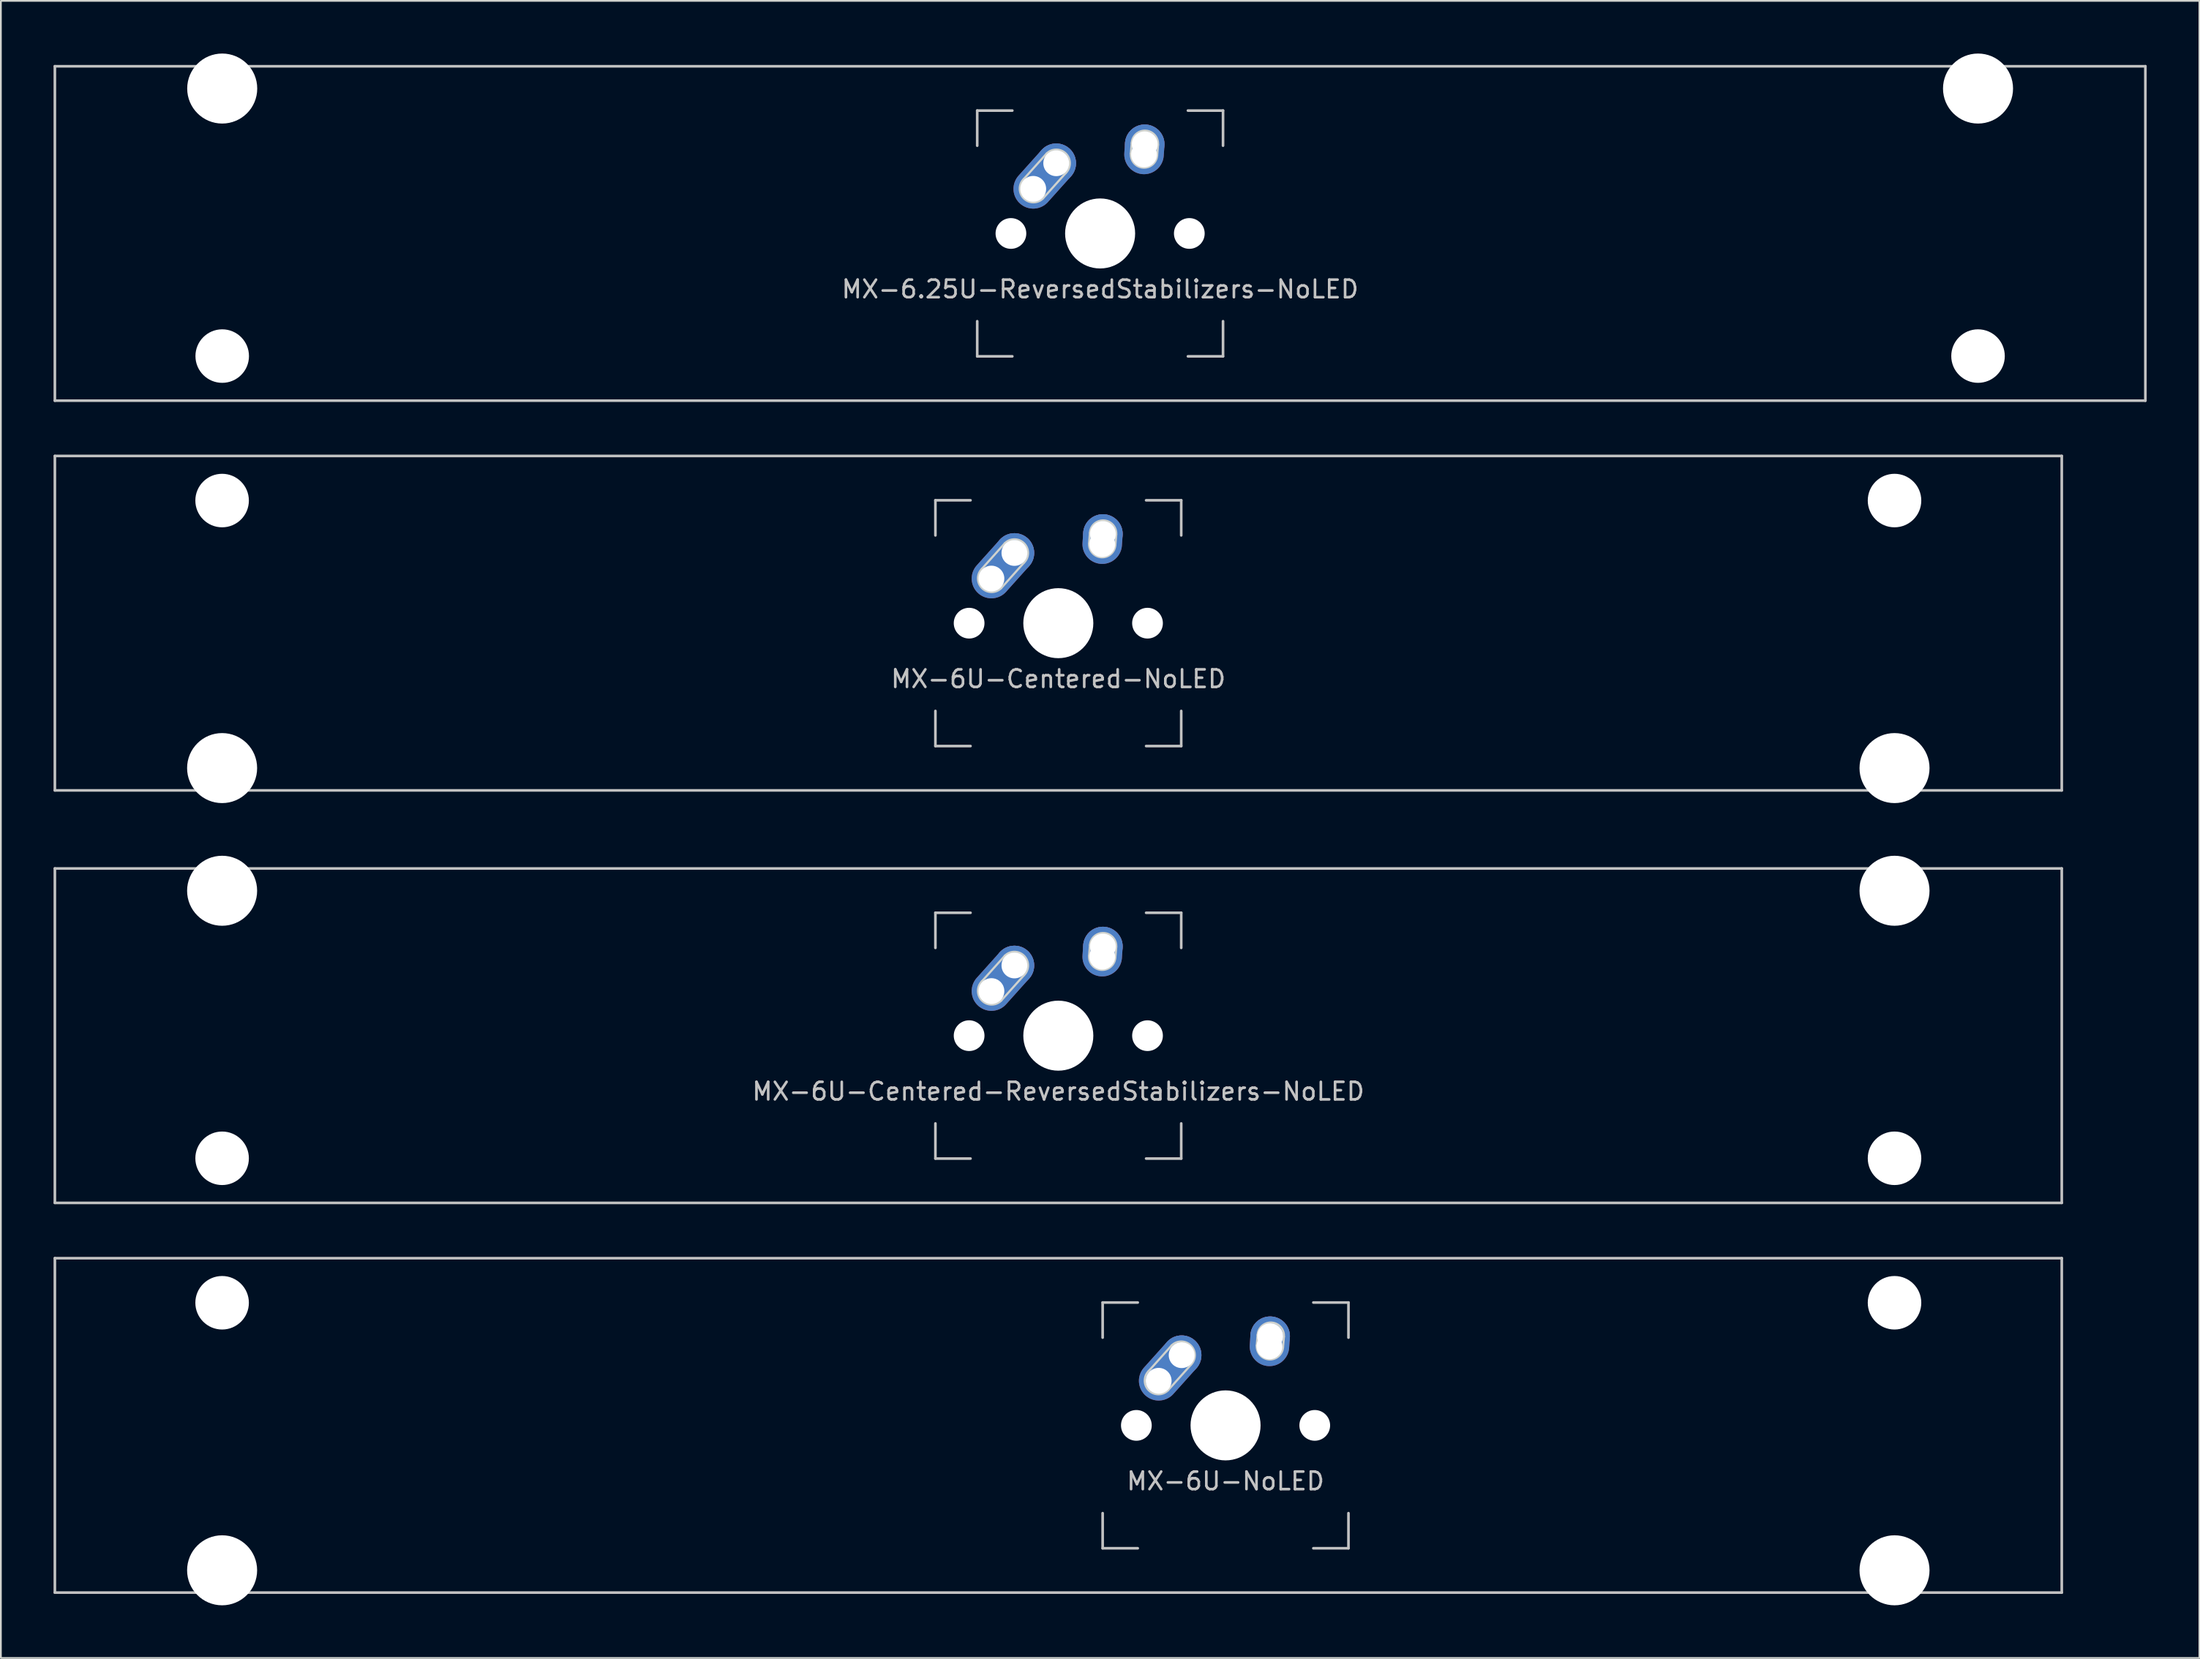
<source format=kicad_pcb>
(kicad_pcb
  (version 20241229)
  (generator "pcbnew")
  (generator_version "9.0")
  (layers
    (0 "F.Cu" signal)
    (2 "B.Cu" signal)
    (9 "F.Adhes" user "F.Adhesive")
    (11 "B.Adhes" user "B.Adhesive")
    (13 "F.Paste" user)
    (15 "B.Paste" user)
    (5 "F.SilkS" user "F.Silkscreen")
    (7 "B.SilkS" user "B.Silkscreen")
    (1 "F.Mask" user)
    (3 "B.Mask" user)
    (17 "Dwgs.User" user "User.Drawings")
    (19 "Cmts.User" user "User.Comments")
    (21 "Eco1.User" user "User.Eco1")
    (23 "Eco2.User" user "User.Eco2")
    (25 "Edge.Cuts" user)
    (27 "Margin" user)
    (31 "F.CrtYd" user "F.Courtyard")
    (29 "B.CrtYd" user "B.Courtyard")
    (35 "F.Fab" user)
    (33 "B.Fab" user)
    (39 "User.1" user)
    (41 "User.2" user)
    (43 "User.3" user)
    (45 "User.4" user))
  (footprint "MX-6U-Centered-ReversedStabilizers-NoLED"
    (layer "F.Cu")
    (at 57.225 55.947)
    (property "Reference" "MX-6U-Centered-ReversedStabilizers-NoLED" (at 0 3.175 0) (layer "Dwgs.User") (effects (font (size 1 1) (thickness 0.15))))
    (fp_line (start -57.15 -9.525) (end 57.15 -9.525) (stroke (width 0.15) (type solid)) (layer "Dwgs.User"))
    (fp_line (start -57.15 9.525) (end -57.15 -9.525) (stroke (width 0.15) (type solid)) (layer "Dwgs.User"))
    (fp_line (start -57.15 9.525) (end 57.15 9.525) (stroke (width 0.15) (type solid)) (layer "Dwgs.User"))
    (fp_line (start -7 -7) (end -7 -5) (stroke (width 0.15) (type solid)) (layer "Dwgs.User"))
    (fp_line (start -7 5) (end -7 7) (stroke (width 0.15) (type solid)) (layer "Dwgs.User"))
    (fp_line (start -7 7) (end -5 7) (stroke (width 0.15) (type solid)) (layer "Dwgs.User"))
    (fp_line (start -5 -7) (end -7 -7) (stroke (width 0.15) (type solid)) (layer "Dwgs.User"))
    (fp_line (start 5 -7) (end 7 -7) (stroke (width 0.15) (type solid)) (layer "Dwgs.User"))
    (fp_line (start 5 7) (end 7 7) (stroke (width 0.15) (type solid)) (layer "Dwgs.User"))
    (fp_line (start 7 -7) (end 7 -5) (stroke (width 0.15) (type solid)) (layer "Dwgs.User"))
    (fp_line (start 7 7) (end 7 5) (stroke (width 0.15) (type solid)) (layer "Dwgs.User"))
    (fp_line (start 57.15 -9.525) (end 57.15 9.525) (stroke (width 0.15) (type solid)) (layer "Dwgs.User"))
    (fp_line (start -4.35 -3.1) (end -3.05 -4.55) (stroke (width 0.12) (type solid)) (layer "Edge.Cuts"))
    (fp_line (start -1.95 -3.45) (end -3.25 -2) (stroke (width 0.12) (type solid)) (layer "Edge.Cuts"))
    (fp_line (start 1.801 -5.158) (end 1.75 -4.554) (stroke (width 0.12) (type solid)) (layer "Edge.Cuts"))
    (fp_line (start 3.3 -5.05) (end 3.25 -4.45) (stroke (width 0.12) (type solid)) (layer "Edge.Cuts"))
    (fp_arc (start -3.25 -2) (mid -4.35 -2) (end -4.35 -3.1) (stroke (width 0.12) (type solid)) (layer "Edge.Cuts"))
    (fp_arc (start -3.05 -4.55) (mid -1.95 -4.55) (end -1.95 -3.45) (stroke (width 0.12) (type solid)) (layer "Edge.Cuts"))
    (fp_arc (start 1.80055 -5.15765) (mid 2.603826 -5.849734) (end 3.299999 -5.05) (stroke (width 0.12) (type solid)) (layer "Edge.Cuts"))
    (fp_arc (start 3.249999 -4.45) (mid 2.448223 -3.750122) (end 1.750246 -4.553554) (stroke (width 0.12) (type solid)) (layer "Edge.Cuts"))
    (pad "" np_thru_hole circle (at -47.625 -8.255) (size 3.988 3.988) (drill 3.988) (layers "*.Cu" "*.Mask"))
    (pad "" np_thru_hole circle (at -47.625 6.985) (size 3.048 3.048) (drill 3.048) (layers "*.Cu" "*.Mask"))
    (pad "" np_thru_hole circle (at -5.08 0 48.1) (size 1.75 1.75) (drill 1.75) (layers "*.Cu" "*.Mask"))
    (pad "" np_thru_hole circle (at 0 0) (size 3.988 3.988) (drill 3.988) (layers "*.Cu" "*.Mask"))
    (pad "" np_thru_hole circle (at 5.08 0 48.1) (size 1.75 1.75) (drill 1.75) (layers "*.Cu" "*.Mask"))
    (pad "" np_thru_hole circle (at 47.625 -8.255) (size 3.988 3.988) (drill 3.988) (layers "*.Cu" "*.Mask"))
    (pad "" np_thru_hole circle (at 47.625 6.985) (size 3.048 3.048) (drill 3.048) (layers "*.Cu" "*.Mask"))
    (pad "1" thru_hole oval (at -3.81 -2.54 48.1) (size 4.212 2.25) (drill 1.47 (offset 0.981 0)) (layers "*.Cu" "B.Mask"))
    (pad "1" thru_hole circle (at -2.5 -4) (size 2.25 2.25) (drill 1.47) (layers "*.Cu" "B.Mask"))
    (pad "2" thru_hole oval (at 2.5 -4.5 86.055) (size 2.831 2.25) (drill 1.47 (offset 0.291 0)) (layers "*.Cu" "B.Mask"))
    (pad "2" thru_hole circle (at 2.54 -5.08) (size 2.25 2.25) (drill 1.47) (layers "*.Cu" "B.Mask")))
  (footprint "MX-6U-NoLED"
    (layer "F.Cu")
    (at 57.225 78.147)
    (property "Reference" "MX-6U-NoLED" (at 9.525 3.175 0) (layer "Dwgs.User") (effects (font (size 1 1) (thickness 0.15))))
    (fp_line (start -57.15 -9.525) (end 57.15 -9.525) (stroke (width 0.15) (type solid)) (layer "Dwgs.User"))
    (fp_line (start -57.15 9.525) (end -57.15 -9.525) (stroke (width 0.15) (type solid)) (layer "Dwgs.User"))
    (fp_line (start -57.15 9.525) (end 57.15 9.525) (stroke (width 0.15) (type solid)) (layer "Dwgs.User"))
    (fp_line (start 2.525 -7) (end 2.525 -5) (stroke (width 0.15) (type solid)) (layer "Dwgs.User"))
    (fp_line (start 2.525 5) (end 2.525 7) (stroke (width 0.15) (type solid)) (layer "Dwgs.User"))
    (fp_line (start 2.525 7) (end 4.525 7) (stroke (width 0.15) (type solid)) (layer "Dwgs.User"))
    (fp_line (start 4.525 -7) (end 2.525 -7) (stroke (width 0.15) (type solid)) (layer "Dwgs.User"))
    (fp_line (start 14.525 -7) (end 16.525 -7) (stroke (width 0.15) (type solid)) (layer "Dwgs.User"))
    (fp_line (start 14.525 7) (end 16.525 7) (stroke (width 0.15) (type solid)) (layer "Dwgs.User"))
    (fp_line (start 16.525 -7) (end 16.525 -5) (stroke (width 0.15) (type solid)) (layer "Dwgs.User"))
    (fp_line (start 16.525 7) (end 16.525 5) (stroke (width 0.15) (type solid)) (layer "Dwgs.User"))
    (fp_line (start 57.15 -9.525) (end 57.15 9.525) (stroke (width 0.15) (type solid)) (layer "Dwgs.User"))
    (fp_line (start 5.15 -3.1) (end 6.45 -4.55) (stroke (width 0.12) (type solid)) (layer "Edge.Cuts"))
    (fp_line (start 7.55 -3.45) (end 6.25 -2) (stroke (width 0.12) (type solid)) (layer "Edge.Cuts"))
    (fp_line (start 11.35 -5.15) (end 11.3 -4.55) (stroke (width 0.12) (type solid)) (layer "Edge.Cuts"))
    (fp_line (start 12.85 -5.05) (end 12.8 -4.45) (stroke (width 0.12) (type solid)) (layer "Edge.Cuts"))
    (fp_arc (start 6.25 -2) (mid 5.15 -2) (end 5.15 -3.1) (stroke (width 0.12) (type solid)) (layer "Edge.Cuts"))
    (fp_arc (start 6.45 -4.55) (mid 7.55 -4.55) (end 7.55 -3.45) (stroke (width 0.12) (type solid)) (layer "Edge.Cuts"))
    (fp_arc (start 11.350001 -5.15) (mid 12.15 -5.849999) (end 12.849999 -5.05) (stroke (width 0.12) (type solid)) (layer "Edge.Cuts"))
    (fp_arc (start 12.799999 -4.45) (mid 12 -3.750001) (end 11.300001 -4.55) (stroke (width 0.12) (type solid)) (layer "Edge.Cuts"))
    (pad "" np_thru_hole circle (at -47.625 -6.985) (size 3.048 3.048) (drill 3.048) (layers "*.Cu" "*.Mask"))
    (pad "" np_thru_hole circle (at -47.625 8.255) (size 3.988 3.988) (drill 3.988) (layers "*.Cu" "*.Mask"))
    (pad "" np_thru_hole circle (at 4.445 0 48.1) (size 1.75 1.75) (drill 1.75) (layers "*.Cu" "*.Mask"))
    (pad "" np_thru_hole circle (at 9.525 0) (size 3.988 3.988) (drill 3.988) (layers "*.Cu" "*.Mask"))
    (pad "" np_thru_hole circle (at 14.605 0 48.1) (size 1.75 1.75) (drill 1.75) (layers "*.Cu" "*.Mask"))
    (pad "" np_thru_hole circle (at 47.625 -6.985) (size 3.048 3.048) (drill 3.048) (layers "*.Cu" "*.Mask"))
    (pad "" np_thru_hole circle (at 47.625 8.255) (size 3.988 3.988) (drill 3.988) (layers "*.Cu" "*.Mask"))
    (pad "1" thru_hole oval (at 5.715 -2.54 48.1) (size 4.212 2.25) (drill 1.47 (offset 0.981 0)) (layers "*.Cu" "B.Mask"))
    (pad "1" thru_hole circle (at 7.025 -4) (size 2.25 2.25) (drill 1.47) (layers "*.Cu" "B.Mask"))
    (pad "2" thru_hole oval (at 12.025 -4.5 86.055) (size 2.831 2.25) (drill 1.47 (offset 0.291 0)) (layers "*.Cu" "B.Mask"))
    (pad "2" thru_hole circle (at 12.065 -5.08) (size 2.25 2.25) (drill 1.47) (layers "*.Cu" "B.Mask")))
  (footprint "MX-6U-Centered-NoLED"
    (layer "F.Cu")
    (at 57.225 32.449)
    (property "Reference" "MX-6U-Centered-NoLED" (at 0 3.175 0) (layer "Dwgs.User") (effects (font (size 1 1) (thickness 0.15))))
    (fp_line (start -57.15 -9.525) (end 57.15 -9.525) (stroke (width 0.15) (type solid)) (layer "Dwgs.User"))
    (fp_line (start -57.15 9.525) (end -57.15 -9.525) (stroke (width 0.15) (type solid)) (layer "Dwgs.User"))
    (fp_line (start -57.15 9.525) (end 57.15 9.525) (stroke (width 0.15) (type solid)) (layer "Dwgs.User"))
    (fp_line (start -7 -7) (end -7 -5) (stroke (width 0.15) (type solid)) (layer "Dwgs.User"))
    (fp_line (start -7 5) (end -7 7) (stroke (width 0.15) (type solid)) (layer "Dwgs.User"))
    (fp_line (start -7 7) (end -5 7) (stroke (width 0.15) (type solid)) (layer "Dwgs.User"))
    (fp_line (start -5 -7) (end -7 -7) (stroke (width 0.15) (type solid)) (layer "Dwgs.User"))
    (fp_line (start 5 -7) (end 7 -7) (stroke (width 0.15) (type solid)) (layer "Dwgs.User"))
    (fp_line (start 5 7) (end 7 7) (stroke (width 0.15) (type solid)) (layer "Dwgs.User"))
    (fp_line (start 7 -7) (end 7 -5) (stroke (width 0.15) (type solid)) (layer "Dwgs.User"))
    (fp_line (start 7 7) (end 7 5) (stroke (width 0.15) (type solid)) (layer "Dwgs.User"))
    (fp_line (start 57.15 -9.525) (end 57.15 9.525) (stroke (width 0.15) (type solid)) (layer "Dwgs.User"))
    (fp_line (start -4.35 -3.1) (end -3.05 -4.55) (stroke (width 0.12) (type solid)) (layer "Edge.Cuts"))
    (fp_line (start -1.95 -3.45) (end -3.25 -2) (stroke (width 0.12) (type solid)) (layer "Edge.Cuts"))
    (fp_line (start 1.8 -5.144) (end 1.75 -4.544) (stroke (width 0.12) (type solid)) (layer "Edge.Cuts"))
    (fp_line (start 3.3 -5.05) (end 3.25 -4.45) (stroke (width 0.12) (type solid)) (layer "Edge.Cuts"))
    (fp_arc (start -3.25 -2) (mid -4.35 -2) (end -4.35 -3.1) (stroke (width 0.12) (type solid)) (layer "Edge.Cuts"))
    (fp_arc (start -3.05 -4.55) (mid -1.95 -4.55) (end -1.95 -3.45) (stroke (width 0.12) (type solid)) (layer "Edge.Cuts"))
    (fp_arc (start 1.799633 -5.144139) (mid 2.59707 -5.850189) (end 3.299999 -5.05) (stroke (width 0.12) (type solid)) (layer "Edge.Cuts"))
    (fp_arc (start 3.249999 -4.45) (mid 2.45293 -3.749811) (end 1.749633 -4.544139) (stroke (width 0.12) (type solid)) (layer "Edge.Cuts"))
    (pad "" np_thru_hole circle (at -47.625 -6.985) (size 3.048 3.048) (drill 3.048) (layers "*.Cu" "*.Mask"))
    (pad "" np_thru_hole circle (at -47.625 8.255) (size 3.988 3.988) (drill 3.988) (layers "*.Cu" "*.Mask"))
    (pad "" np_thru_hole circle (at -5.08 0 48.1) (size 1.75 1.75) (drill 1.75) (layers "*.Cu" "*.Mask"))
    (pad "" np_thru_hole circle (at 0 0) (size 3.988 3.988) (drill 3.988) (layers "*.Cu" "*.Mask"))
    (pad "" np_thru_hole circle (at 5.08 0 48.1) (size 1.75 1.75) (drill 1.75) (layers "*.Cu" "*.Mask"))
    (pad "" np_thru_hole circle (at 47.625 -6.985) (size 3.048 3.048) (drill 3.048) (layers "*.Cu" "*.Mask"))
    (pad "" np_thru_hole circle (at 47.625 8.255) (size 3.988 3.988) (drill 3.988) (layers "*.Cu" "*.Mask"))
    (pad "1" thru_hole oval (at -3.81 -2.54 48.1) (size 4.212 2.25) (drill 1.47 (offset 0.981 0)) (layers "*.Cu" "B.Mask"))
    (pad "1" thru_hole circle (at -2.5 -4) (size 2.25 2.25) (drill 1.47) (layers "*.Cu" "B.Mask"))
    (pad "2" thru_hole oval (at 2.5 -4.5 86.055) (size 2.831 2.25) (drill 1.47 (offset 0.291 0)) (layers "*.Cu" "B.Mask"))
    (pad "2" thru_hole circle (at 2.54 -5.08) (size 2.25 2.25) (drill 1.47) (layers "*.Cu" "B.Mask")))
  (footprint "MX-6.25U-ReversedStabilizers-NoLED"
    (layer "F.Cu")
    (at 59.606 10.249)
    (property "Reference" "MX-6.25U-ReversedStabilizers-NoLED" (at 0 3.175 0) (layer "Dwgs.User") (effects (font (size 1 1) (thickness 0.15))))
    (fp_line (start -59.531 -9.525) (end 59.531 -9.525) (stroke (width 0.15) (type solid)) (layer "Dwgs.User"))
    (fp_line (start -59.531 9.525) (end -59.531 -9.525) (stroke (width 0.15) (type solid)) (layer "Dwgs.User"))
    (fp_line (start -59.531 9.525) (end 59.531 9.525) (stroke (width 0.15) (type solid)) (layer "Dwgs.User"))
    (fp_line (start -7 -7) (end -7 -5) (stroke (width 0.15) (type solid)) (layer "Dwgs.User"))
    (fp_line (start -7 5) (end -7 7) (stroke (width 0.15) (type solid)) (layer "Dwgs.User"))
    (fp_line (start -7 7) (end -5 7) (stroke (width 0.15) (type solid)) (layer "Dwgs.User"))
    (fp_line (start -5 -7) (end -7 -7) (stroke (width 0.15) (type solid)) (layer "Dwgs.User"))
    (fp_line (start 5 -7) (end 7 -7) (stroke (width 0.15) (type solid)) (layer "Dwgs.User"))
    (fp_line (start 5 7) (end 7 7) (stroke (width 0.15) (type solid)) (layer "Dwgs.User"))
    (fp_line (start 7 -7) (end 7 -5) (stroke (width 0.15) (type solid)) (layer "Dwgs.User"))
    (fp_line (start 7 7) (end 7 5) (stroke (width 0.15) (type solid)) (layer "Dwgs.User"))
    (fp_line (start 59.531 -9.525) (end 59.531 9.525) (stroke (width 0.15) (type solid)) (layer "Dwgs.User"))
    (fp_line (start -4.35 -3.1) (end -3.05 -4.55) (stroke (width 0.12) (type solid)) (layer "Edge.Cuts"))
    (fp_line (start -1.95 -3.45) (end -3.25 -2) (stroke (width 0.12) (type solid)) (layer "Edge.Cuts"))
    (fp_line (start 1.8 -5.15) (end 1.75 -4.554) (stroke (width 0.12) (type solid)) (layer "Edge.Cuts"))
    (fp_line (start 3.3 -5.05) (end 3.25 -4.45) (stroke (width 0.12) (type solid)) (layer "Edge.Cuts"))
    (fp_arc (start -3.25 -2) (mid -4.35 -2) (end -4.35 -3.1) (stroke (width 0.12) (type solid)) (layer "Edge.Cuts"))
    (fp_arc (start -3.05 -4.55) (mid -1.95 -4.55) (end -1.95 -3.45) (stroke (width 0.12) (type solid)) (layer "Edge.Cuts"))
    (fp_arc (start 1.800001 -5.15) (mid 2.6 -5.849999) (end 3.299999 -5.05) (stroke (width 0.12) (type solid)) (layer "Edge.Cuts"))
    (fp_arc (start 3.249999 -4.45) (mid 2.448223 -3.750122) (end 1.750246 -4.553554) (stroke (width 0.12) (type solid)) (layer "Edge.Cuts"))
    (pad "" np_thru_hole circle (at -50 -8.255) (size 3.988 3.988) (drill 3.988) (layers "*.Cu" "*.Mask"))
    (pad "" np_thru_hole circle (at -50 6.985) (size 3.048 3.048) (drill 3.048) (layers "*.Cu" "*.Mask"))
    (pad "" np_thru_hole circle (at -5.08 0 48.1) (size 1.75 1.75) (drill 1.75) (layers "*.Cu" "*.Mask"))
    (pad "" np_thru_hole circle (at 0 0) (size 3.988 3.988) (drill 3.988) (layers "*.Cu" "*.Mask"))
    (pad "" np_thru_hole circle (at 5.08 0 48.1) (size 1.75 1.75) (drill 1.75) (layers "*.Cu" "*.Mask"))
    (pad "" np_thru_hole circle (at 50 -8.255) (size 3.988 3.988) (drill 3.988) (layers "*.Cu" "*.Mask"))
    (pad "" np_thru_hole circle (at 50 6.985) (size 3.048 3.048) (drill 3.048) (layers "*.Cu" "*.Mask"))
    (pad "1" thru_hole oval (at -3.81 -2.54 48.1) (size 4.212 2.25) (drill 1.47 (offset 0.981 0)) (layers "*.Cu" "B.Mask"))
    (pad "1" thru_hole circle (at -2.5 -4) (size 2.25 2.25) (drill 1.47) (layers "*.Cu" "B.Mask"))
    (pad "2" thru_hole oval (at 2.5 -4.5 86.055) (size 2.831 2.25) (drill 1.47 (offset 0.291 0)) (layers "*.Cu" "B.Mask"))
    (pad "2" thru_hole circle (at 2.54 -5.08) (size 2.25 2.25) (drill 1.47) (layers "*.Cu" "B.Mask")))
  (gr_rect
    (start -3 -3)
    (end 122.213 91.396)
    (stroke (width 0.1) (type default))
    (fill no)
    (layer "Edge.Cuts")))
</source>
